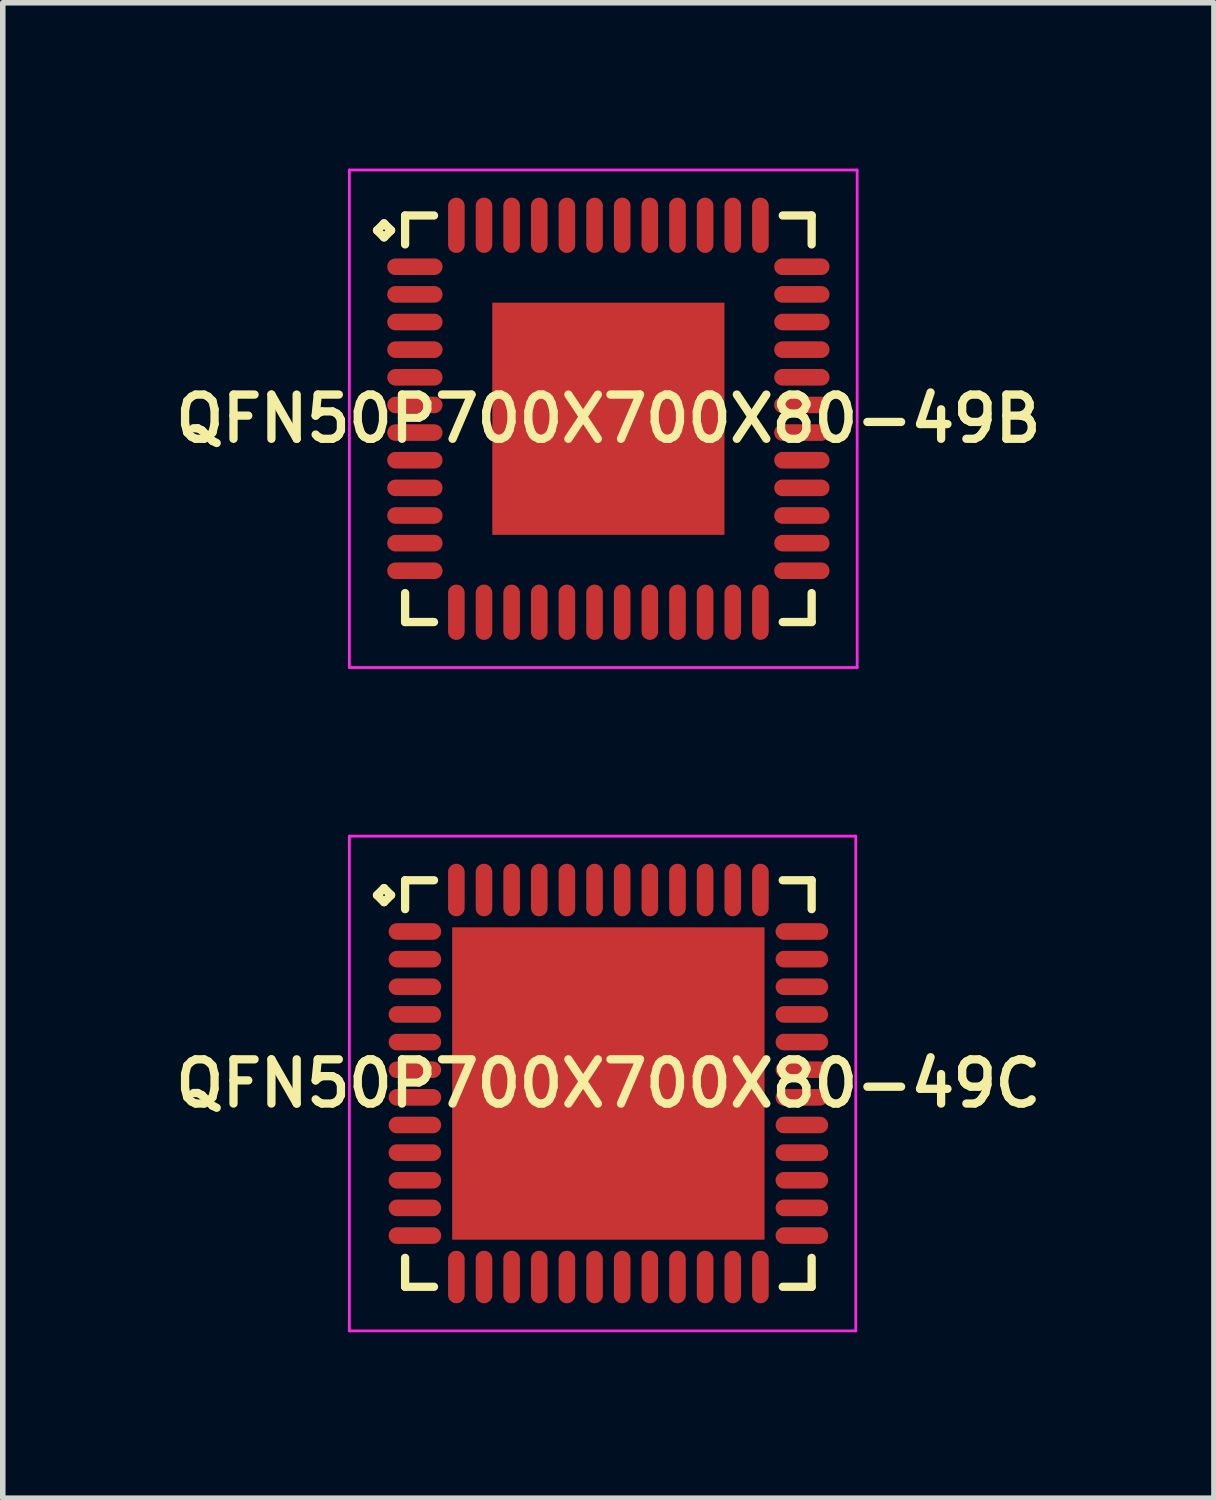
<source format=kicad_pcb>
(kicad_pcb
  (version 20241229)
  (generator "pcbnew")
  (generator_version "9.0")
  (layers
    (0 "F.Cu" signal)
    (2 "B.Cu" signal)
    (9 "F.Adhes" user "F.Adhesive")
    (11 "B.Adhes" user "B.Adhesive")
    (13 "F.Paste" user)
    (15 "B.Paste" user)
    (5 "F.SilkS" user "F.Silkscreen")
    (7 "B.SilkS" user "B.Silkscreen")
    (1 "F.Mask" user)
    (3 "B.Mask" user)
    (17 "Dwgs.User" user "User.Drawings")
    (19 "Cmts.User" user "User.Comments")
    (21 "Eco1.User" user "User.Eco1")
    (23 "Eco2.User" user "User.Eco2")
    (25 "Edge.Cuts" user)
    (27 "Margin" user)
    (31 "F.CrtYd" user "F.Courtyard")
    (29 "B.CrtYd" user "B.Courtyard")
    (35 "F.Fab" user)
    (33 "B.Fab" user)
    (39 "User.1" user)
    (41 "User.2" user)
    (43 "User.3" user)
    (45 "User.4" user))
  (footprint "QFN50P700X700X80-49C"
    (layer "F.Cu")
    (at 7.955 16.55)
    (property "Reference" "QFN50P700X700X80-49C" (at 0 0 0) (layer "F.SilkS") (effects (font (size 0.8 0.8) (thickness 0.15))))
    (attr smd)
    (fp_line (start -4.185 -3.408) (end -4.058 -3.535) (stroke (width 0.15) (type solid)) (layer "F.SilkS"))
    (fp_line (start -4.058 -3.535) (end -3.931 -3.408) (stroke (width 0.15) (type solid)) (layer "F.SilkS"))
    (fp_line (start -4.058 -3.281) (end -4.185 -3.408) (stroke (width 0.15) (type solid)) (layer "F.SilkS"))
    (fp_line (start -3.931 -3.408) (end -4.058 -3.281) (stroke (width 0.15) (type solid)) (layer "F.SilkS"))
    (fp_line (start -3.677 -3.677) (end -3.154 -3.677) (stroke (width 0.15) (type solid)) (layer "F.SilkS"))
    (fp_line (start -3.677 -3.154) (end -3.677 -3.677) (stroke (width 0.15) (type solid)) (layer "F.SilkS"))
    (fp_line (start -3.677 3.154) (end -3.677 3.677) (stroke (width 0.15) (type solid)) (layer "F.SilkS"))
    (fp_line (start -3.677 3.677) (end -3.154 3.677) (stroke (width 0.15) (type solid)) (layer "F.SilkS"))
    (fp_line (start 3.154 -3.677) (end 3.677 -3.677) (stroke (width 0.15) (type solid)) (layer "F.SilkS"))
    (fp_line (start 3.154 3.677) (end 3.677 3.677) (stroke (width 0.15) (type solid)) (layer "F.SilkS"))
    (fp_line (start 3.677 -3.677) (end 3.677 -3.154) (stroke (width 0.15) (type solid)) (layer "F.SilkS"))
    (fp_line (start 3.677 3.677) (end 3.677 3.154) (stroke (width 0.15) (type solid)) (layer "F.SilkS"))
    (fp_line (start -4.685 -4.475) (end 4.475 -4.475) (stroke (width 0.05) (type solid)) (layer "F.CrtYd"))
    (fp_line (start -4.685 4.475) (end -4.685 -4.475) (stroke (width 0.05) (type solid)) (layer "F.CrtYd"))
    (fp_line (start 4.475 -4.475) (end 4.475 4.475) (stroke (width 0.05) (type solid)) (layer "F.CrtYd"))
    (fp_line (start 4.475 4.475) (end -4.685 4.475) (stroke (width 0.05) (type solid)) (layer "F.CrtYd"))
    (pad "1" smd oval (at -3.5 -2.75) (size 0.95 0.3) (layers "F.Cu" "F.Mask" "F.Paste"))
    (pad "2" smd oval (at -3.5 -2.25) (size 0.95 0.3) (layers "F.Cu" "F.Mask" "F.Paste"))
    (pad "3" smd oval (at -3.5 -1.75) (size 0.95 0.3) (layers "F.Cu" "F.Mask" "F.Paste"))
    (pad "4" smd oval (at -3.5 -1.25) (size 0.95 0.3) (layers "F.Cu" "F.Mask" "F.Paste"))
    (pad "5" smd oval (at -3.5 -0.75) (size 0.95 0.3) (layers "F.Cu" "F.Mask" "F.Paste"))
    (pad "6" smd oval (at -3.5 -0.25) (size 0.95 0.3) (layers "F.Cu" "F.Mask" "F.Paste"))
    (pad "7" smd oval (at -3.5 0.25) (size 0.95 0.3) (layers "F.Cu" "F.Mask" "F.Paste"))
    (pad "8" smd oval (at -3.5 0.75) (size 0.95 0.3) (layers "F.Cu" "F.Mask" "F.Paste"))
    (pad "9" smd oval (at -3.5 1.25) (size 0.95 0.3) (layers "F.Cu" "F.Mask" "F.Paste"))
    (pad "10" smd oval (at -3.5 1.75) (size 0.95 0.3) (layers "F.Cu" "F.Mask" "F.Paste"))
    (pad "11" smd oval (at -3.5 2.25) (size 0.95 0.3) (layers "F.Cu" "F.Mask" "F.Paste"))
    (pad "12" smd oval (at -3.5 2.75) (size 0.95 0.3) (layers "F.Cu" "F.Mask" "F.Paste"))
    (pad "13" smd oval (at -2.75 3.5) (size 0.3 0.95) (layers "F.Cu" "F.Mask" "F.Paste"))
    (pad "14" smd oval (at -2.25 3.5) (size 0.3 0.95) (layers "F.Cu" "F.Mask" "F.Paste"))
    (pad "15" smd oval (at -1.75 3.5) (size 0.3 0.95) (layers "F.Cu" "F.Mask" "F.Paste"))
    (pad "16" smd oval (at -1.25 3.5) (size 0.3 0.95) (layers "F.Cu" "F.Mask" "F.Paste"))
    (pad "17" smd oval (at -0.75 3.5) (size 0.3 0.95) (layers "F.Cu" "F.Mask" "F.Paste"))
    (pad "18" smd oval (at -0.25 3.5) (size 0.3 0.95) (layers "F.Cu" "F.Mask" "F.Paste"))
    (pad "19" smd oval (at 0.25 3.5) (size 0.3 0.95) (layers "F.Cu" "F.Mask" "F.Paste"))
    (pad "20" smd oval (at 0.75 3.5) (size 0.3 0.95) (layers "F.Cu" "F.Mask" "F.Paste"))
    (pad "21" smd oval (at 1.25 3.5) (size 0.3 0.95) (layers "F.Cu" "F.Mask" "F.Paste"))
    (pad "22" smd oval (at 1.75 3.5) (size 0.3 0.95) (layers "F.Cu" "F.Mask" "F.Paste"))
    (pad "23" smd oval (at 2.25 3.5) (size 0.3 0.95) (layers "F.Cu" "F.Mask" "F.Paste"))
    (pad "24" smd oval (at 2.75 3.5) (size 0.3 0.95) (layers "F.Cu" "F.Mask" "F.Paste"))
    (pad "25" smd oval (at 3.5 2.75) (size 0.95 0.3) (layers "F.Cu" "F.Mask" "F.Paste"))
    (pad "26" smd oval (at 3.5 2.25) (size 0.95 0.3) (layers "F.Cu" "F.Mask" "F.Paste"))
    (pad "27" smd oval (at 3.5 1.75) (size 0.95 0.3) (layers "F.Cu" "F.Mask" "F.Paste"))
    (pad "28" smd oval (at 3.5 1.25) (size 0.95 0.3) (layers "F.Cu" "F.Mask" "F.Paste"))
    (pad "29" smd oval (at 3.5 0.75) (size 0.95 0.3) (layers "F.Cu" "F.Mask" "F.Paste"))
    (pad "30" smd oval (at 3.5 0.25) (size 0.95 0.3) (layers "F.Cu" "F.Mask" "F.Paste"))
    (pad "31" smd oval (at 3.5 -0.25) (size 0.95 0.3) (layers "F.Cu" "F.Mask" "F.Paste"))
    (pad "32" smd oval (at 3.5 -0.75) (size 0.95 0.3) (layers "F.Cu" "F.Mask" "F.Paste"))
    (pad "33" smd oval (at 3.5 -1.25) (size 0.95 0.3) (layers "F.Cu" "F.Mask" "F.Paste"))
    (pad "34" smd oval (at 3.5 -1.75) (size 0.95 0.3) (layers "F.Cu" "F.Mask" "F.Paste"))
    (pad "35" smd oval (at 3.5 -2.25) (size 0.95 0.3) (layers "F.Cu" "F.Mask" "F.Paste"))
    (pad "36" smd oval (at 3.5 -2.75) (size 0.95 0.3) (layers "F.Cu" "F.Mask" "F.Paste"))
    (pad "37" smd oval (at 2.75 -3.5) (size 0.3 0.95) (layers "F.Cu" "F.Mask" "F.Paste"))
    (pad "38" smd oval (at 2.25 -3.5) (size 0.3 0.95) (layers "F.Cu" "F.Mask" "F.Paste"))
    (pad "39" smd oval (at 1.75 -3.5) (size 0.3 0.95) (layers "F.Cu" "F.Mask" "F.Paste"))
    (pad "40" smd oval (at 1.25 -3.5) (size 0.3 0.95) (layers "F.Cu" "F.Mask" "F.Paste"))
    (pad "41" smd oval (at 0.75 -3.5) (size 0.3 0.95) (layers "F.Cu" "F.Mask" "F.Paste"))
    (pad "42" smd oval (at 0.25 -3.5) (size 0.3 0.95) (layers "F.Cu" "F.Mask" "F.Paste"))
    (pad "43" smd oval (at -0.25 -3.5) (size 0.3 0.95) (layers "F.Cu" "F.Mask" "F.Paste"))
    (pad "44" smd oval (at -0.75 -3.5) (size 0.3 0.95) (layers "F.Cu" "F.Mask" "F.Paste"))
    (pad "45" smd oval (at -1.25 -3.5) (size 0.3 0.95) (layers "F.Cu" "F.Mask" "F.Paste"))
    (pad "46" smd oval (at -1.75 -3.5) (size 0.3 0.95) (layers "F.Cu" "F.Mask" "F.Paste"))
    (pad "47" smd oval (at -2.25 -3.5) (size 0.3 0.95) (layers "F.Cu" "F.Mask" "F.Paste"))
    (pad "48" smd oval (at -2.75 -3.5) (size 0.3 0.95) (layers "F.Cu" "F.Mask" "F.Paste"))
    (pad "49" smd rect (at 0 0) (size 5.65 5.65) (layers "F.Cu" "F.Mask" "F.Paste")))
  (footprint "QFN50P700X700X80-49B"
    (layer "F.Cu")
    (at 7.955 4.525)
    (property "Reference" "QFN50P700X700X80-49B" (at 0 0 0) (layer "F.SilkS") (effects (font (size 0.8 0.8) (thickness 0.15))))
    (attr smd)
    (fp_line (start -4.185 -3.408) (end -4.058 -3.535) (stroke (width 0.15) (type solid)) (layer "F.SilkS"))
    (fp_line (start -4.058 -3.535) (end -3.931 -3.408) (stroke (width 0.15) (type solid)) (layer "F.SilkS"))
    (fp_line (start -4.058 -3.281) (end -4.185 -3.408) (stroke (width 0.15) (type solid)) (layer "F.SilkS"))
    (fp_line (start -3.931 -3.408) (end -4.058 -3.281) (stroke (width 0.15) (type solid)) (layer "F.SilkS"))
    (fp_line (start -3.677 -3.677) (end -3.154 -3.677) (stroke (width 0.15) (type solid)) (layer "F.SilkS"))
    (fp_line (start -3.677 -3.154) (end -3.677 -3.677) (stroke (width 0.15) (type solid)) (layer "F.SilkS"))
    (fp_line (start -3.677 3.154) (end -3.677 3.677) (stroke (width 0.15) (type solid)) (layer "F.SilkS"))
    (fp_line (start -3.677 3.677) (end -3.154 3.677) (stroke (width 0.15) (type solid)) (layer "F.SilkS"))
    (fp_line (start 3.154 -3.677) (end 3.677 -3.677) (stroke (width 0.15) (type solid)) (layer "F.SilkS"))
    (fp_line (start 3.154 3.677) (end 3.677 3.677) (stroke (width 0.15) (type solid)) (layer "F.SilkS"))
    (fp_line (start 3.677 -3.677) (end 3.677 -3.154) (stroke (width 0.15) (type solid)) (layer "F.SilkS"))
    (fp_line (start 3.677 3.677) (end 3.677 3.154) (stroke (width 0.15) (type solid)) (layer "F.SilkS"))
    (fp_line (start -4.685 -4.5) (end 4.5 -4.5) (stroke (width 0.05) (type solid)) (layer "F.CrtYd"))
    (fp_line (start -4.685 4.5) (end -4.685 -4.5) (stroke (width 0.05) (type solid)) (layer "F.CrtYd"))
    (fp_line (start 4.5 -4.5) (end 4.5 4.5) (stroke (width 0.05) (type solid)) (layer "F.CrtYd"))
    (fp_line (start 4.5 4.5) (end -4.685 4.5) (stroke (width 0.05) (type solid)) (layer "F.CrtYd"))
    (pad "1" smd oval (at -3.5 -2.75) (size 1 0.3) (layers "F.Cu" "F.Mask" "F.Paste"))
    (pad "2" smd oval (at -3.5 -2.25) (size 1 0.3) (layers "F.Cu" "F.Mask" "F.Paste"))
    (pad "3" smd oval (at -3.5 -1.75) (size 1 0.3) (layers "F.Cu" "F.Mask" "F.Paste"))
    (pad "4" smd oval (at -3.5 -1.25) (size 1 0.3) (layers "F.Cu" "F.Mask" "F.Paste"))
    (pad "5" smd oval (at -3.5 -0.75) (size 1 0.3) (layers "F.Cu" "F.Mask" "F.Paste"))
    (pad "6" smd oval (at -3.5 -0.25) (size 1 0.3) (layers "F.Cu" "F.Mask" "F.Paste"))
    (pad "7" smd oval (at -3.5 0.25) (size 1 0.3) (layers "F.Cu" "F.Mask" "F.Paste"))
    (pad "8" smd oval (at -3.5 0.75) (size 1 0.3) (layers "F.Cu" "F.Mask" "F.Paste"))
    (pad "9" smd oval (at -3.5 1.25) (size 1 0.3) (layers "F.Cu" "F.Mask" "F.Paste"))
    (pad "10" smd oval (at -3.5 1.75) (size 1 0.3) (layers "F.Cu" "F.Mask" "F.Paste"))
    (pad "11" smd oval (at -3.5 2.25) (size 1 0.3) (layers "F.Cu" "F.Mask" "F.Paste"))
    (pad "12" smd oval (at -3.5 2.75) (size 1 0.3) (layers "F.Cu" "F.Mask" "F.Paste"))
    (pad "13" smd oval (at -2.75 3.5) (size 0.3 1) (layers "F.Cu" "F.Mask" "F.Paste"))
    (pad "14" smd oval (at -2.25 3.5) (size 0.3 1) (layers "F.Cu" "F.Mask" "F.Paste"))
    (pad "15" smd oval (at -1.75 3.5) (size 0.3 1) (layers "F.Cu" "F.Mask" "F.Paste"))
    (pad "16" smd oval (at -1.25 3.5) (size 0.3 1) (layers "F.Cu" "F.Mask" "F.Paste"))
    (pad "17" smd oval (at -0.75 3.5) (size 0.3 1) (layers "F.Cu" "F.Mask" "F.Paste"))
    (pad "18" smd oval (at -0.25 3.5) (size 0.3 1) (layers "F.Cu" "F.Mask" "F.Paste"))
    (pad "19" smd oval (at 0.25 3.5) (size 0.3 1) (layers "F.Cu" "F.Mask" "F.Paste"))
    (pad "20" smd oval (at 0.75 3.5) (size 0.3 1) (layers "F.Cu" "F.Mask" "F.Paste"))
    (pad "21" smd oval (at 1.25 3.5) (size 0.3 1) (layers "F.Cu" "F.Mask" "F.Paste"))
    (pad "22" smd oval (at 1.75 3.5) (size 0.3 1) (layers "F.Cu" "F.Mask" "F.Paste"))
    (pad "23" smd oval (at 2.25 3.5) (size 0.3 1) (layers "F.Cu" "F.Mask" "F.Paste"))
    (pad "24" smd oval (at 2.75 3.5) (size 0.3 1) (layers "F.Cu" "F.Mask" "F.Paste"))
    (pad "25" smd oval (at 3.5 2.75) (size 1 0.3) (layers "F.Cu" "F.Mask" "F.Paste"))
    (pad "26" smd oval (at 3.5 2.25) (size 1 0.3) (layers "F.Cu" "F.Mask" "F.Paste"))
    (pad "27" smd oval (at 3.5 1.75) (size 1 0.3) (layers "F.Cu" "F.Mask" "F.Paste"))
    (pad "28" smd oval (at 3.5 1.25) (size 1 0.3) (layers "F.Cu" "F.Mask" "F.Paste"))
    (pad "29" smd oval (at 3.5 0.75) (size 1 0.3) (layers "F.Cu" "F.Mask" "F.Paste"))
    (pad "30" smd oval (at 3.5 0.25) (size 1 0.3) (layers "F.Cu" "F.Mask" "F.Paste"))
    (pad "31" smd oval (at 3.5 -0.25) (size 1 0.3) (layers "F.Cu" "F.Mask" "F.Paste"))
    (pad "32" smd oval (at 3.5 -0.75) (size 1 0.3) (layers "F.Cu" "F.Mask" "F.Paste"))
    (pad "33" smd oval (at 3.5 -1.25) (size 1 0.3) (layers "F.Cu" "F.Mask" "F.Paste"))
    (pad "34" smd oval (at 3.5 -1.75) (size 1 0.3) (layers "F.Cu" "F.Mask" "F.Paste"))
    (pad "35" smd oval (at 3.5 -2.25) (size 1 0.3) (layers "F.Cu" "F.Mask" "F.Paste"))
    (pad "36" smd oval (at 3.5 -2.75) (size 1 0.3) (layers "F.Cu" "F.Mask" "F.Paste"))
    (pad "37" smd oval (at 2.75 -3.5) (size 0.3 1) (layers "F.Cu" "F.Mask" "F.Paste"))
    (pad "38" smd oval (at 2.25 -3.5) (size 0.3 1) (layers "F.Cu" "F.Mask" "F.Paste"))
    (pad "39" smd oval (at 1.75 -3.5) (size 0.3 1) (layers "F.Cu" "F.Mask" "F.Paste"))
    (pad "40" smd oval (at 1.25 -3.5) (size 0.3 1) (layers "F.Cu" "F.Mask" "F.Paste"))
    (pad "41" smd oval (at 0.75 -3.5) (size 0.3 1) (layers "F.Cu" "F.Mask" "F.Paste"))
    (pad "42" smd oval (at 0.25 -3.5) (size 0.3 1) (layers "F.Cu" "F.Mask" "F.Paste"))
    (pad "43" smd oval (at -0.25 -3.5) (size 0.3 1) (layers "F.Cu" "F.Mask" "F.Paste"))
    (pad "44" smd oval (at -0.75 -3.5) (size 0.3 1) (layers "F.Cu" "F.Mask" "F.Paste"))
    (pad "45" smd oval (at -1.25 -3.5) (size 0.3 1) (layers "F.Cu" "F.Mask" "F.Paste"))
    (pad "46" smd oval (at -1.75 -3.5) (size 0.3 1) (layers "F.Cu" "F.Mask" "F.Paste"))
    (pad "47" smd oval (at -2.25 -3.5) (size 0.3 1) (layers "F.Cu" "F.Mask" "F.Paste"))
    (pad "48" smd oval (at -2.75 -3.5) (size 0.3 1) (layers "F.Cu" "F.Mask" "F.Paste"))
    (pad "49" smd rect (at 0 0) (size 4.2 4.2) (layers "F.Cu" "F.Mask" "F.Paste")))
  (gr_rect
    (start -3 -3)
    (end 18.909 24.05)
    (stroke (width 0.1) (type default))
    (fill no)
    (layer "Edge.Cuts")))
</source>
